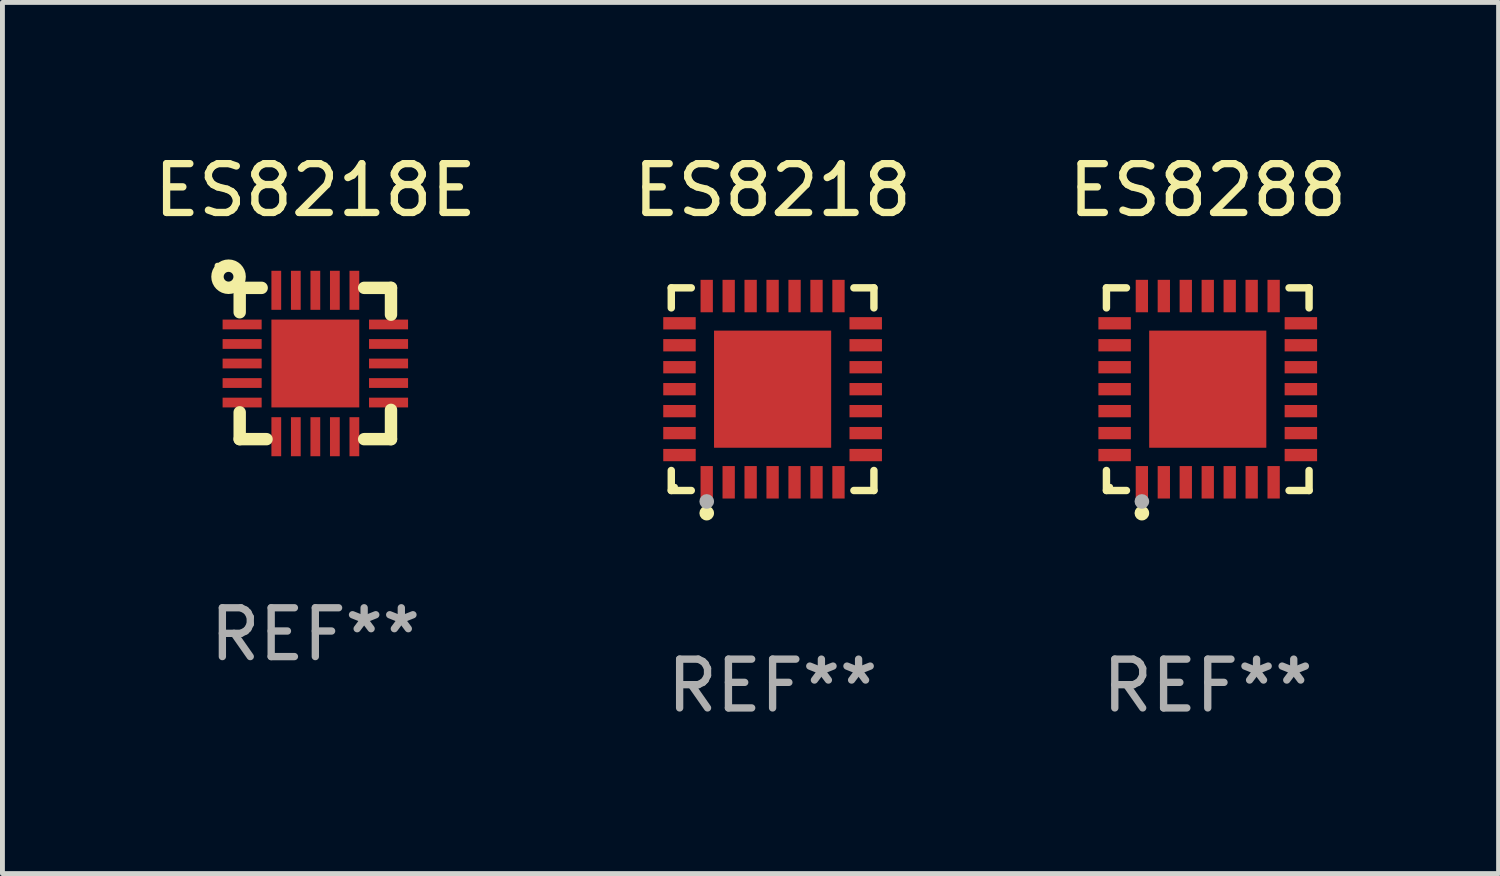
<source format=kicad_pcb>
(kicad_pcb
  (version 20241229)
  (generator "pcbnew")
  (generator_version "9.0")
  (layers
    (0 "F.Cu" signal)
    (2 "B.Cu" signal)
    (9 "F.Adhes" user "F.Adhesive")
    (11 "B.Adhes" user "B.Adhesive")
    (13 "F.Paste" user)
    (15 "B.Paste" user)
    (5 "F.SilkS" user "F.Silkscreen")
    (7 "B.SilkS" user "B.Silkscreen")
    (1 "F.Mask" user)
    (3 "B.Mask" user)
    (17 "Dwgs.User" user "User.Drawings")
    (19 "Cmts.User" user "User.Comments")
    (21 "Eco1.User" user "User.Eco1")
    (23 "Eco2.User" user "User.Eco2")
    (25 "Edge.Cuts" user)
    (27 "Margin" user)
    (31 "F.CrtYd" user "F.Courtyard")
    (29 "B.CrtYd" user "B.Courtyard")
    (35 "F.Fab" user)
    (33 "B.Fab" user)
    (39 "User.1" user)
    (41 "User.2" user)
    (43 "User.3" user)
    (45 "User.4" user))
  (footprint "ES8218E"
    (layer "F.Cu")
    (at 3.411 4.398)
    (property "Reference" "ES8218E" (at 0 -3.55 0) (layer "F.SilkS") (effects (font (size 1 1) (thickness 0.15))))
    (attr through_hole)
    (fp_line (start -1.55 -1.55) (end -1.55 -1.05) (stroke (width 0.254) (type solid)) (layer "F.SilkS"))
    (fp_line (start -1.55 1.55) (end -1.55 1) (stroke (width 0.254) (type solid)) (layer "F.SilkS"))
    (fp_line (start -1.1 -1.55) (end -1.55 -1.55) (stroke (width 0.254) (type solid)) (layer "F.SilkS"))
    (fp_line (start -1 1.55) (end -1.55 1.55) (stroke (width 0.254) (type solid)) (layer "F.SilkS"))
    (fp_line (start 1 -1.55) (end 1.55 -1.55) (stroke (width 0.254) (type solid)) (layer "F.SilkS"))
    (fp_line (start 1.55 -1.55) (end 1.55 -1) (stroke (width 0.254) (type solid)) (layer "F.SilkS"))
    (fp_line (start 1.55 0.95) (end 1.55 1.55) (stroke (width 0.254) (type solid)) (layer "F.SilkS"))
    (fp_line (start 1.55 1.55) (end 1 1.55) (stroke (width 0.254) (type solid)) (layer "F.SilkS"))
    (fp_circle (center -2.005 -2.005) (end -1.975 -2.005) (stroke (width 0.06) (type solid)) (fill no) (layer "F.SilkS"))
    (fp_circle (center -1.778 -1.778) (end -1.678 -1.778) (stroke (width 0.254) (type solid)) (fill no) (layer "F.SilkS"))
    (fp_text user "REF**" (at 0 5.55 0) (layer "F.Fab") (effects (font (size 1 1) (thickness 0.15))))
    (pad "1" smd rect (at -1.5 -0.8 90) (size 0.2 0.8) (layers "F.Cu" "F.Mask" "F.Paste"))
    (pad "2" smd rect (at -1.5 -0.4 90) (size 0.2 0.8) (layers "F.Cu" "F.Mask" "F.Paste"))
    (pad "3" smd rect (at -1.5 0 90) (size 0.2 0.8) (layers "F.Cu" "F.Mask" "F.Paste"))
    (pad "4" smd rect (at -1.5 0.4 90) (size 0.2 0.8) (layers "F.Cu" "F.Mask" "F.Paste"))
    (pad "5" smd rect (at -1.5 0.8 90) (size 0.2 0.8) (layers "F.Cu" "F.Mask" "F.Paste"))
    (pad "6" smd rect (at -0.8 1.5) (size 0.2 0.8) (layers "F.Cu" "F.Mask" "F.Paste"))
    (pad "7" smd rect (at -0.4 1.5) (size 0.2 0.8) (layers "F.Cu" "F.Mask" "F.Paste"))
    (pad "8" smd rect (at 0 1.5) (size 0.2 0.8) (layers "F.Cu" "F.Mask" "F.Paste"))
    (pad "9" smd rect (at 0.4 1.5) (size 0.2 0.8) (layers "F.Cu" "F.Mask" "F.Paste"))
    (pad "10" smd rect (at 0.8 1.5) (size 0.2 0.8) (layers "F.Cu" "F.Mask" "F.Paste"))
    (pad "11" smd rect (at 1.5 0.8 90) (size 0.2 0.8) (layers "F.Cu" "F.Mask" "F.Paste"))
    (pad "12" smd rect (at 1.5 0.4 90) (size 0.2 0.8) (layers "F.Cu" "F.Mask" "F.Paste"))
    (pad "13" smd rect (at 1.5 0 90) (size 0.2 0.8) (layers "F.Cu" "F.Mask" "F.Paste"))
    (pad "14" smd rect (at 1.5 -0.4 90) (size 0.2 0.8) (layers "F.Cu" "F.Mask" "F.Paste"))
    (pad "15" smd rect (at 1.5 -0.8 90) (size 0.2 0.8) (layers "F.Cu" "F.Mask" "F.Paste"))
    (pad "16" smd rect (at 0.8 -1.5 180) (size 0.2 0.8) (layers "F.Cu" "F.Mask" "F.Paste"))
    (pad "17" smd rect (at 0.4 -1.5 180) (size 0.2 0.8) (layers "F.Cu" "F.Mask" "F.Paste"))
    (pad "18" smd rect (at 0.000254 -1.5 180) (size 0.2 0.8) (layers "F.Cu" "F.Mask" "F.Paste"))
    (pad "19" smd rect (at -0.4 -1.5 180) (size 0.2 0.8) (layers "F.Cu" "F.Mask" "F.Paste"))
    (pad "20" smd rect (at -0.8 -1.5 180) (size 0.2 0.8) (layers "F.Cu" "F.Mask" "F.Paste"))
    (pad "21" smd rect (at 0 0 180) (size 1.8 1.8) (layers "F.Cu" "F.Mask" "F.Paste")))
  (footprint "ES8288"
    (layer "F.Cu")
    (at 21.696 4.924)
    (property "Reference" "ES8288" (at 0 -4.076 0) (layer "F.SilkS") (effects (font (size 1 1) (thickness 0.15))))
    (attr through_hole)
    (fp_line (start -2.076 -2.076) (end -1.666 -2.076) (stroke (width 0.152) (type solid)) (layer "F.SilkS"))
    (fp_line (start -2.076 -1.666) (end -2.076 -2.076) (stroke (width 0.152) (type solid)) (layer "F.SilkS"))
    (fp_line (start -2.076 1.666) (end -2.076 2.076) (stroke (width 0.152) (type solid)) (layer "F.SilkS"))
    (fp_line (start -2.076 2.076) (end -1.666 2.076) (stroke (width 0.152) (type solid)) (layer "F.SilkS"))
    (fp_line (start 2.076 -2.076) (end 1.666 -2.076) (stroke (width 0.152) (type solid)) (layer "F.SilkS"))
    (fp_line (start 2.076 -1.666) (end 2.076 -2.076) (stroke (width 0.152) (type solid)) (layer "F.SilkS"))
    (fp_line (start 2.076 1.666) (end 2.076 2.076) (stroke (width 0.152) (type solid)) (layer "F.SilkS"))
    (fp_line (start 2.076 2.076) (end 1.666 2.076) (stroke (width 0.152) (type solid)) (layer "F.SilkS"))
    (fp_circle (center -2 2) (end -1.97 2) (stroke (width 0.06) (type solid)) (fill no) (layer "F.SilkS"))
    (fp_circle (center -1.35 2.54) (end -1.275 2.54) (stroke (width 0.15) (type solid)) (fill no) (layer "F.SilkS"))
    (fp_circle (center -1.35 2.3) (end -1.275 2.3) (stroke (width 0.15) (type solid)) (fill no) (layer "F.Fab"))
    (fp_text user "REF**" (at 0 6.076 0) (layer "F.Fab") (effects (font (size 1 1) (thickness 0.15))))
    (pad "1" smd rect (at -1.35 1.908) (size 0.252 0.665) (layers "F.Cu" "F.Mask" "F.Paste"))
    (pad "2" smd rect (at -0.9 1.908) (size 0.252 0.665) (layers "F.Cu" "F.Mask" "F.Paste"))
    (pad "3" smd rect (at -0.45 1.908) (size 0.252 0.665) (layers "F.Cu" "F.Mask" "F.Paste"))
    (pad "4" smd rect (at 0 1.908) (size 0.252 0.665) (layers "F.Cu" "F.Mask" "F.Paste"))
    (pad "5" smd rect (at 0.45 1.908) (size 0.252 0.665) (layers "F.Cu" "F.Mask" "F.Paste"))
    (pad "6" smd rect (at 0.9 1.908) (size 0.252 0.665) (layers "F.Cu" "F.Mask" "F.Paste"))
    (pad "7" smd rect (at 1.35 1.908) (size 0.252 0.665) (layers "F.Cu" "F.Mask" "F.Paste"))
    (pad "8" smd rect (at 1.908 1.35) (size 0.665 0.252) (layers "F.Cu" "F.Mask" "F.Paste"))
    (pad "9" smd rect (at 1.908 0.9) (size 0.665 0.252) (layers "F.Cu" "F.Mask" "F.Paste"))
    (pad "10" smd rect (at 1.908 0.45) (size 0.665 0.252) (layers "F.Cu" "F.Mask" "F.Paste"))
    (pad "11" smd rect (at 1.908 0) (size 0.665 0.252) (layers "F.Cu" "F.Mask" "F.Paste"))
    (pad "12" smd rect (at 1.908 -0.45) (size 0.665 0.252) (layers "F.Cu" "F.Mask" "F.Paste"))
    (pad "13" smd rect (at 1.908 -0.9) (size 0.665 0.252) (layers "F.Cu" "F.Mask" "F.Paste"))
    (pad "14" smd rect (at 1.908 -1.35) (size 0.665 0.252) (layers "F.Cu" "F.Mask" "F.Paste"))
    (pad "15" smd rect (at 1.35 -1.908) (size 0.252 0.665) (layers "F.Cu" "F.Mask" "F.Paste"))
    (pad "16" smd rect (at 0.9 -1.908) (size 0.252 0.665) (layers "F.Cu" "F.Mask" "F.Paste"))
    (pad "17" smd rect (at 0.45 -1.908) (size 0.252 0.665) (layers "F.Cu" "F.Mask" "F.Paste"))
    (pad "18" smd rect (at 0 -1.908) (size 0.252 0.665) (layers "F.Cu" "F.Mask" "F.Paste"))
    (pad "19" smd rect (at -0.45 -1.908) (size 0.252 0.665) (layers "F.Cu" "F.Mask" "F.Paste"))
    (pad "20" smd rect (at -0.9 -1.908) (size 0.252 0.665) (layers "F.Cu" "F.Mask" "F.Paste"))
    (pad "21" smd rect (at -1.35 -1.908) (size 0.252 0.665) (layers "F.Cu" "F.Mask" "F.Paste"))
    (pad "22" smd rect (at -1.908 -1.35) (size 0.665 0.252) (layers "F.Cu" "F.Mask" "F.Paste"))
    (pad "23" smd rect (at -1.908 -0.9) (size 0.665 0.252) (layers "F.Cu" "F.Mask" "F.Paste"))
    (pad "24" smd rect (at -1.908 -0.45) (size 0.665 0.252) (layers "F.Cu" "F.Mask" "F.Paste"))
    (pad "25" smd rect (at -1.908 0) (size 0.665 0.252) (layers "F.Cu" "F.Mask" "F.Paste"))
    (pad "26" smd rect (at -1.908 0.45) (size 0.665 0.252) (layers "F.Cu" "F.Mask" "F.Paste"))
    (pad "27" smd rect (at -1.908 0.9) (size 0.665 0.252) (layers "F.Cu" "F.Mask" "F.Paste"))
    (pad "28" smd rect (at -1.908 1.35) (size 0.665 0.252) (layers "F.Cu" "F.Mask" "F.Paste"))
    (pad "29" smd rect (at 0 0) (size 2.4 2.4) (layers "F.Cu" "F.Mask" "F.Paste")))
  (footprint "ES8218"
    (layer "F.Cu")
    (at 12.78 4.924)
    (property "Reference" "ES8218" (at 0 -4.076 0) (layer "F.SilkS") (effects (font (size 1 1) (thickness 0.15))))
    (attr through_hole)
    (fp_line (start -2.076 -2.076) (end -1.666 -2.076) (stroke (width 0.152) (type solid)) (layer "F.SilkS"))
    (fp_line (start -2.076 -1.666) (end -2.076 -2.076) (stroke (width 0.152) (type solid)) (layer "F.SilkS"))
    (fp_line (start -2.076 1.666) (end -2.076 2.076) (stroke (width 0.152) (type solid)) (layer "F.SilkS"))
    (fp_line (start -2.076 2.076) (end -1.666 2.076) (stroke (width 0.152) (type solid)) (layer "F.SilkS"))
    (fp_line (start 2.076 -2.076) (end 1.666 -2.076) (stroke (width 0.152) (type solid)) (layer "F.SilkS"))
    (fp_line (start 2.076 -1.666) (end 2.076 -2.076) (stroke (width 0.152) (type solid)) (layer "F.SilkS"))
    (fp_line (start 2.076 1.666) (end 2.076 2.076) (stroke (width 0.152) (type solid)) (layer "F.SilkS"))
    (fp_line (start 2.076 2.076) (end 1.666 2.076) (stroke (width 0.152) (type solid)) (layer "F.SilkS"))
    (fp_circle (center -2 2) (end -1.97 2) (stroke (width 0.06) (type solid)) (fill no) (layer "F.SilkS"))
    (fp_circle (center -1.35 2.54) (end -1.275 2.54) (stroke (width 0.15) (type solid)) (fill no) (layer "F.SilkS"))
    (fp_circle (center -1.35 2.3) (end -1.275 2.3) (stroke (width 0.15) (type solid)) (fill no) (layer "F.Fab"))
    (fp_text user "REF**" (at 0 6.076 0) (layer "F.Fab") (effects (font (size 1 1) (thickness 0.15))))
    (pad "1" smd rect (at -1.35 1.908) (size 0.252 0.665) (layers "F.Cu" "F.Mask" "F.Paste"))
    (pad "2" smd rect (at -0.9 1.908) (size 0.252 0.665) (layers "F.Cu" "F.Mask" "F.Paste"))
    (pad "3" smd rect (at -0.45 1.908) (size 0.252 0.665) (layers "F.Cu" "F.Mask" "F.Paste"))
    (pad "4" smd rect (at 0 1.908) (size 0.252 0.665) (layers "F.Cu" "F.Mask" "F.Paste"))
    (pad "5" smd rect (at 0.45 1.908) (size 0.252 0.665) (layers "F.Cu" "F.Mask" "F.Paste"))
    (pad "6" smd rect (at 0.9 1.908) (size 0.252 0.665) (layers "F.Cu" "F.Mask" "F.Paste"))
    (pad "7" smd rect (at 1.35 1.908) (size 0.252 0.665) (layers "F.Cu" "F.Mask" "F.Paste"))
    (pad "8" smd rect (at 1.908 1.35) (size 0.665 0.252) (layers "F.Cu" "F.Mask" "F.Paste"))
    (pad "9" smd rect (at 1.908 0.9) (size 0.665 0.252) (layers "F.Cu" "F.Mask" "F.Paste"))
    (pad "10" smd rect (at 1.908 0.45) (size 0.665 0.252) (layers "F.Cu" "F.Mask" "F.Paste"))
    (pad "11" smd rect (at 1.908 0) (size 0.665 0.252) (layers "F.Cu" "F.Mask" "F.Paste"))
    (pad "12" smd rect (at 1.908 -0.45) (size 0.665 0.252) (layers "F.Cu" "F.Mask" "F.Paste"))
    (pad "13" smd rect (at 1.908 -0.9) (size 0.665 0.252) (layers "F.Cu" "F.Mask" "F.Paste"))
    (pad "14" smd rect (at 1.908 -1.35) (size 0.665 0.252) (layers "F.Cu" "F.Mask" "F.Paste"))
    (pad "15" smd rect (at 1.35 -1.908) (size 0.252 0.665) (layers "F.Cu" "F.Mask" "F.Paste"))
    (pad "16" smd rect (at 0.9 -1.908) (size 0.252 0.665) (layers "F.Cu" "F.Mask" "F.Paste"))
    (pad "17" smd rect (at 0.45 -1.908) (size 0.252 0.665) (layers "F.Cu" "F.Mask" "F.Paste"))
    (pad "18" smd rect (at 0 -1.908) (size 0.252 0.665) (layers "F.Cu" "F.Mask" "F.Paste"))
    (pad "19" smd rect (at -0.45 -1.908) (size 0.252 0.665) (layers "F.Cu" "F.Mask" "F.Paste"))
    (pad "20" smd rect (at -0.9 -1.908) (size 0.252 0.665) (layers "F.Cu" "F.Mask" "F.Paste"))
    (pad "21" smd rect (at -1.35 -1.908) (size 0.252 0.665) (layers "F.Cu" "F.Mask" "F.Paste"))
    (pad "22" smd rect (at -1.908 -1.35) (size 0.665 0.252) (layers "F.Cu" "F.Mask" "F.Paste"))
    (pad "23" smd rect (at -1.908 -0.9) (size 0.665 0.252) (layers "F.Cu" "F.Mask" "F.Paste"))
    (pad "24" smd rect (at -1.908 -0.45) (size 0.665 0.252) (layers "F.Cu" "F.Mask" "F.Paste"))
    (pad "25" smd rect (at -1.908 0) (size 0.665 0.252) (layers "F.Cu" "F.Mask" "F.Paste"))
    (pad "26" smd rect (at -1.908 0.45) (size 0.665 0.252) (layers "F.Cu" "F.Mask" "F.Paste"))
    (pad "27" smd rect (at -1.908 0.9) (size 0.665 0.252) (layers "F.Cu" "F.Mask" "F.Paste"))
    (pad "28" smd rect (at -1.908 1.35) (size 0.665 0.252) (layers "F.Cu" "F.Mask" "F.Paste"))
    (pad "29" smd rect (at 0 0) (size 2.4 2.4) (layers "F.Cu" "F.Mask" "F.Paste")))
  (gr_rect
    (start -3 -3)
    (end 27.655 14.849)
    (stroke (width 0.1) (type default))
    (fill no)
    (layer "Edge.Cuts")))
</source>
